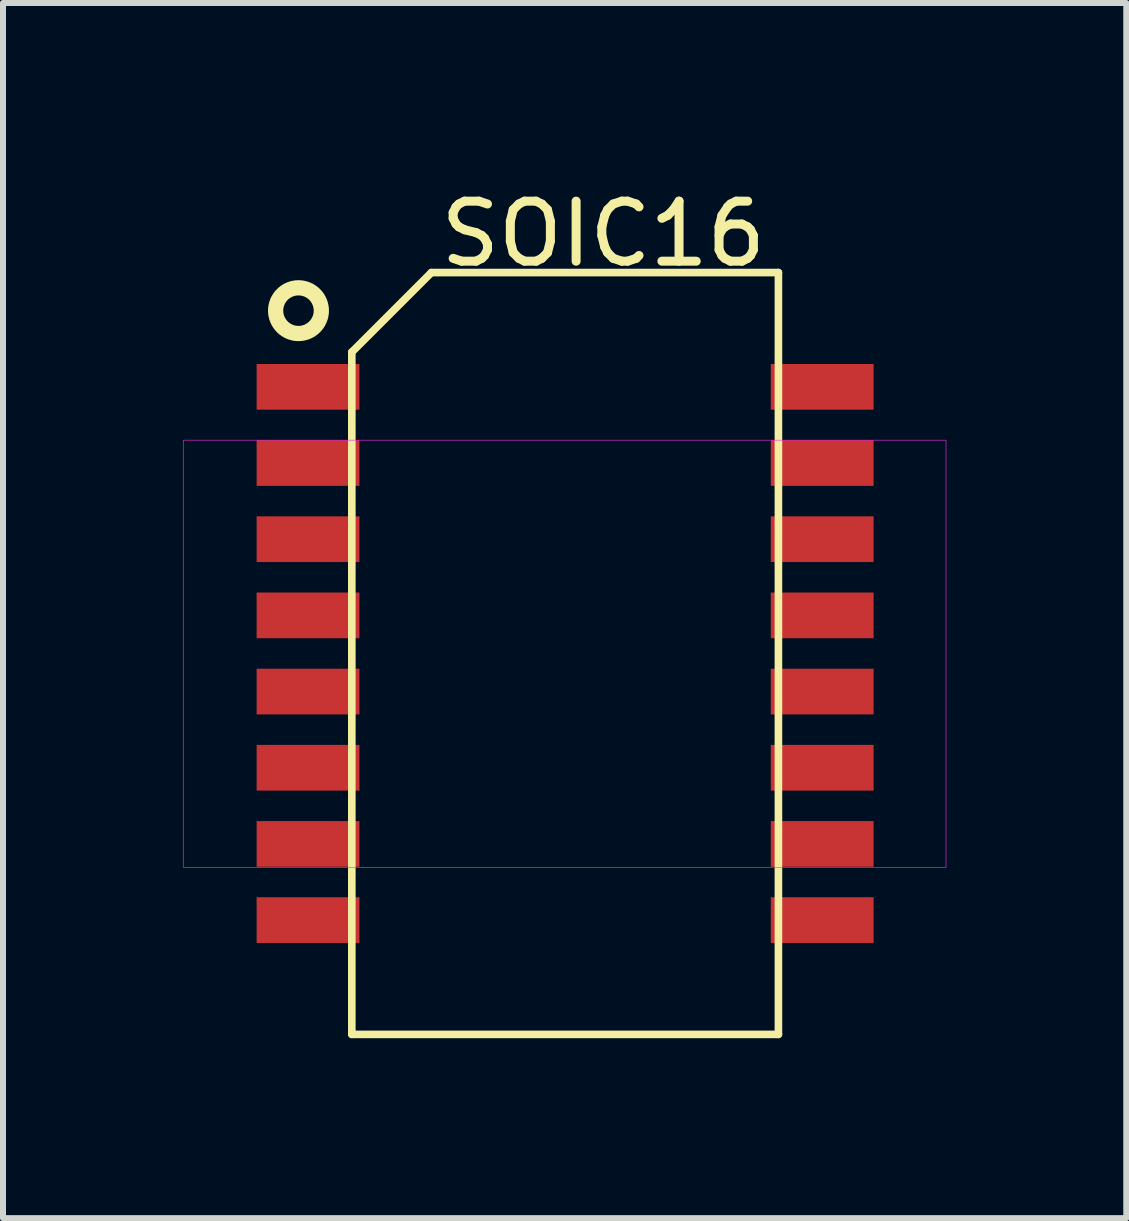
<source format=kicad_pcb>
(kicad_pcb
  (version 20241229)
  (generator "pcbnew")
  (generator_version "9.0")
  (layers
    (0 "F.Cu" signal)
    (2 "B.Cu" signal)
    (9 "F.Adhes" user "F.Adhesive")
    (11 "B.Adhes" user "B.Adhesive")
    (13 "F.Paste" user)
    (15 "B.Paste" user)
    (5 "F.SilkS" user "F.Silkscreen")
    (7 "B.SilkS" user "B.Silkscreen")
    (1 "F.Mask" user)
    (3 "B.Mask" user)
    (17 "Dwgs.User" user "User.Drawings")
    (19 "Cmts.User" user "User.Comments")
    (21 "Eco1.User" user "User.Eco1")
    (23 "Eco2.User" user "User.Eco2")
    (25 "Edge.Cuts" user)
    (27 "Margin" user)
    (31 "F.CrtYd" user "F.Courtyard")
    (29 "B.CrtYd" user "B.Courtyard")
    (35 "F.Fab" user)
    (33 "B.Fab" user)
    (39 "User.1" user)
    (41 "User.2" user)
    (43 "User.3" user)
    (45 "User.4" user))
  (footprint "SOIC16"
    (layer "F.Cu")
    (at 6.371 7.844)
    (property "Reference" "SOIC16" (at 0.636 -6.995 0) (layer "F.SilkS") (effects (font (size 1.001 1.001) (thickness 0.15))))
    (attr smd)
    (fp_line (start -3.556 -5.024) (end -2.23 -6.35) (stroke (width 0.127) (type solid)) (layer "F.SilkS"))
    (fp_line (start -3.556 6.35) (end -3.556 -5.024) (stroke (width 0.127) (type solid)) (layer "F.SilkS"))
    (fp_line (start -2.23 -6.35) (end 3.556 -6.35) (stroke (width 0.127) (type solid)) (layer "F.SilkS"))
    (fp_line (start 3.556 -6.35) (end 3.556 6.35) (stroke (width 0.127) (type solid)) (layer "F.SilkS"))
    (fp_line (start 3.556 6.35) (end -3.556 6.35) (stroke (width 0.127) (type solid)) (layer "F.SilkS"))
    (fp_circle (center -4.445 -5.715) (end -4.064 -5.715) (stroke (width 0.254) (type solid)) (fill no) (layer "F.SilkS"))
    (fp_poly (pts (xy -6.366 -3.556) (xy 6.35 -3.556) (xy 6.35 3.565) (xy -6.366 3.565)) (stroke (width 0.01) (type solid)) (fill no) (layer "F.CrtYd"))
    (pad "1" smd rect (at -4.286 -4.445) (size 1.714 0.762) (layers "F.Cu" "F.Mask" "F.Paste"))
    (pad "2" smd rect (at -4.286 -3.175) (size 1.714 0.762) (layers "F.Cu" "F.Mask" "F.Paste"))
    (pad "3" smd rect (at -4.286 -1.905) (size 1.714 0.762) (layers "F.Cu" "F.Mask" "F.Paste"))
    (pad "4" smd rect (at -4.286 -0.635) (size 1.714 0.762) (layers "F.Cu" "F.Mask" "F.Paste"))
    (pad "5" smd rect (at -4.286 0.635) (size 1.714 0.762) (layers "F.Cu" "F.Mask" "F.Paste"))
    (pad "6" smd rect (at -4.286 1.905) (size 1.714 0.762) (layers "F.Cu" "F.Mask" "F.Paste"))
    (pad "7" smd rect (at -4.286 3.175) (size 1.714 0.762) (layers "F.Cu" "F.Mask" "F.Paste"))
    (pad "8" smd rect (at -4.286 4.445) (size 1.714 0.762) (layers "F.Cu" "F.Mask" "F.Paste"))
    (pad "9" smd rect (at 4.286 4.445) (size 1.714 0.762) (layers "F.Cu" "F.Mask" "F.Paste"))
    (pad "10" smd rect (at 4.286 3.175) (size 1.714 0.762) (layers "F.Cu" "F.Mask" "F.Paste"))
    (pad "11" smd rect (at 4.286 1.905) (size 1.714 0.762) (layers "F.Cu" "F.Mask" "F.Paste"))
    (pad "12" smd rect (at 4.286 0.635) (size 1.714 0.762) (layers "F.Cu" "F.Mask" "F.Paste"))
    (pad "13" smd rect (at 4.286 -0.635) (size 1.714 0.762) (layers "F.Cu" "F.Mask" "F.Paste"))
    (pad "14" smd rect (at 4.286 -1.905) (size 1.714 0.762) (layers "F.Cu" "F.Mask" "F.Paste"))
    (pad "15" smd rect (at 4.286 -3.175) (size 1.714 0.762) (layers "F.Cu" "F.Mask" "F.Paste"))
    (pad "16" smd rect (at 4.286 -4.445) (size 1.714 0.762) (layers "F.Cu" "F.Mask" "F.Paste")))
  (gr_rect
    (start -3 -3)
    (end 15.726 17.257)
    (stroke (width 0.1) (type default))
    (fill no)
    (layer "Edge.Cuts")))
</source>
